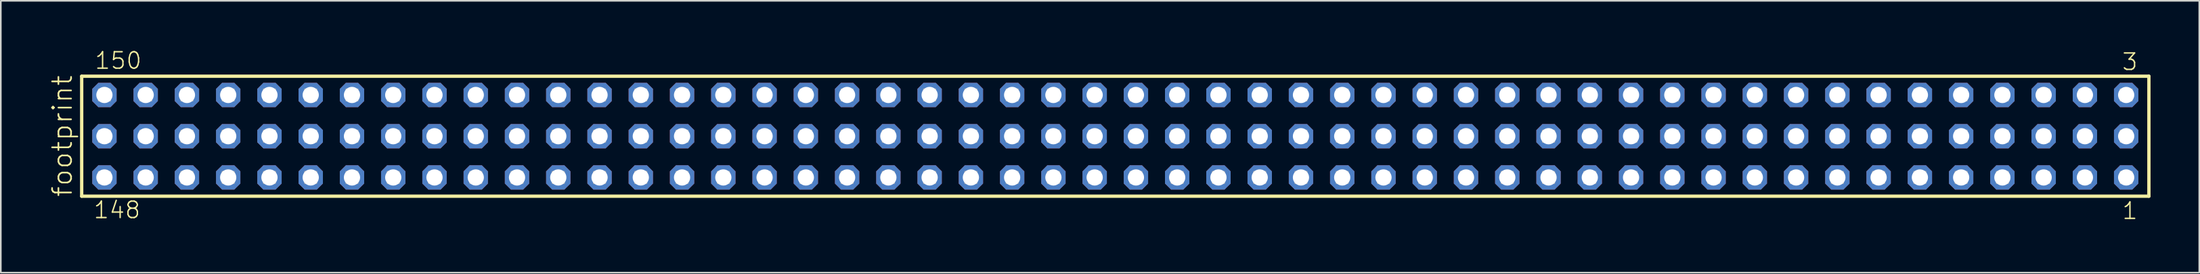
<source format=kicad_pcb>
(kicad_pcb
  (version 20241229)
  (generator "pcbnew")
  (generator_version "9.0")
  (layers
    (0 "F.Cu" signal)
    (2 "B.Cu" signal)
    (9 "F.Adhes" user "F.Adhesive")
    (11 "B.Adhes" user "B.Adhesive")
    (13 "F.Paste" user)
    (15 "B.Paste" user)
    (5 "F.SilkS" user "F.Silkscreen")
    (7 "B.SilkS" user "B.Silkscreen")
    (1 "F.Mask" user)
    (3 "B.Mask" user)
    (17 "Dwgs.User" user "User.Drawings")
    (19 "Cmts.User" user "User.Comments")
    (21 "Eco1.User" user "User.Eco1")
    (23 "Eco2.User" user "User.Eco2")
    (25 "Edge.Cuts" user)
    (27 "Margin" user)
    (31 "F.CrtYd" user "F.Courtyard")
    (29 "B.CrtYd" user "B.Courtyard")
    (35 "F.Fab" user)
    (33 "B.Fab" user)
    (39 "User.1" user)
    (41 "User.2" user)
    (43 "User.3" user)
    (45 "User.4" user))
  (footprint "footprint"
    (layer "F.Cu")
    (at 65.608 5.34)
    (property "Reference" "footprint" (at -64.135 3.81 90) (layer "F.SilkS") (effects (font (size 1.168 1.168) (thickness 0.102)) (justify left bottom)))
    (fp_line (start -63.629 -3.695) (end 63.629 -3.695) (stroke (width 0.203) (type solid)) (layer "F.SilkS"))
    (fp_line (start -63.629 3.695) (end -63.629 -3.695) (stroke (width 0.203) (type solid)) (layer "F.SilkS"))
    (fp_line (start 63.629 -3.695) (end 63.629 3.695) (stroke (width 0.203) (type solid)) (layer "F.SilkS"))
    (fp_line (start 63.629 3.695) (end -63.629 3.695) (stroke (width 0.203) (type solid)) (layer "F.SilkS"))
    (fp_poly (pts (xy -62.58 -2.19) (xy -61.88 -2.19) (xy -61.88 -2.89) (xy -62.58 -2.89)) (stroke (width 0.1) (type solid)) (fill no) (layer "F.Fab"))
    (fp_poly (pts (xy -62.58 0.35) (xy -61.88 0.35) (xy -61.88 -0.35) (xy -62.58 -0.35)) (stroke (width 0.1) (type solid)) (fill no) (layer "F.Fab"))
    (fp_poly (pts (xy -62.58 2.89) (xy -61.88 2.89) (xy -61.88 2.19) (xy -62.58 2.19)) (stroke (width 0.1) (type solid)) (fill no) (layer "F.Fab"))
    (fp_poly (pts (xy -60.04 -2.19) (xy -59.34 -2.19) (xy -59.34 -2.89) (xy -60.04 -2.89)) (stroke (width 0.1) (type solid)) (fill no) (layer "F.Fab"))
    (fp_poly (pts (xy -60.04 0.35) (xy -59.34 0.35) (xy -59.34 -0.35) (xy -60.04 -0.35)) (stroke (width 0.1) (type solid)) (fill no) (layer "F.Fab"))
    (fp_poly (pts (xy -60.04 2.89) (xy -59.34 2.89) (xy -59.34 2.19) (xy -60.04 2.19)) (stroke (width 0.1) (type solid)) (fill no) (layer "F.Fab"))
    (fp_poly (pts (xy -57.5 -2.19) (xy -56.8 -2.19) (xy -56.8 -2.89) (xy -57.5 -2.89)) (stroke (width 0.1) (type solid)) (fill no) (layer "F.Fab"))
    (fp_poly (pts (xy -57.5 0.35) (xy -56.8 0.35) (xy -56.8 -0.35) (xy -57.5 -0.35)) (stroke (width 0.1) (type solid)) (fill no) (layer "F.Fab"))
    (fp_poly (pts (xy -57.5 2.89) (xy -56.8 2.89) (xy -56.8 2.19) (xy -57.5 2.19)) (stroke (width 0.1) (type solid)) (fill no) (layer "F.Fab"))
    (fp_poly (pts (xy -54.96 -2.19) (xy -54.26 -2.19) (xy -54.26 -2.89) (xy -54.96 -2.89)) (stroke (width 0.1) (type solid)) (fill no) (layer "F.Fab"))
    (fp_poly (pts (xy -54.96 0.35) (xy -54.26 0.35) (xy -54.26 -0.35) (xy -54.96 -0.35)) (stroke (width 0.1) (type solid)) (fill no) (layer "F.Fab"))
    (fp_poly (pts (xy -54.96 2.89) (xy -54.26 2.89) (xy -54.26 2.19) (xy -54.96 2.19)) (stroke (width 0.1) (type solid)) (fill no) (layer "F.Fab"))
    (fp_poly (pts (xy -52.42 -2.19) (xy -51.72 -2.19) (xy -51.72 -2.89) (xy -52.42 -2.89)) (stroke (width 0.1) (type solid)) (fill no) (layer "F.Fab"))
    (fp_poly (pts (xy -52.42 0.35) (xy -51.72 0.35) (xy -51.72 -0.35) (xy -52.42 -0.35)) (stroke (width 0.1) (type solid)) (fill no) (layer "F.Fab"))
    (fp_poly (pts (xy -52.42 2.89) (xy -51.72 2.89) (xy -51.72 2.19) (xy -52.42 2.19)) (stroke (width 0.1) (type solid)) (fill no) (layer "F.Fab"))
    (fp_poly (pts (xy -49.88 -2.19) (xy -49.18 -2.19) (xy -49.18 -2.89) (xy -49.88 -2.89)) (stroke (width 0.1) (type solid)) (fill no) (layer "F.Fab"))
    (fp_poly (pts (xy -49.88 0.35) (xy -49.18 0.35) (xy -49.18 -0.35) (xy -49.88 -0.35)) (stroke (width 0.1) (type solid)) (fill no) (layer "F.Fab"))
    (fp_poly (pts (xy -49.88 2.89) (xy -49.18 2.89) (xy -49.18 2.19) (xy -49.88 2.19)) (stroke (width 0.1) (type solid)) (fill no) (layer "F.Fab"))
    (fp_poly (pts (xy -47.34 -2.19) (xy -46.64 -2.19) (xy -46.64 -2.89) (xy -47.34 -2.89)) (stroke (width 0.1) (type solid)) (fill no) (layer "F.Fab"))
    (fp_poly (pts (xy -47.34 0.35) (xy -46.64 0.35) (xy -46.64 -0.35) (xy -47.34 -0.35)) (stroke (width 0.1) (type solid)) (fill no) (layer "F.Fab"))
    (fp_poly (pts (xy -47.34 2.89) (xy -46.64 2.89) (xy -46.64 2.19) (xy -47.34 2.19)) (stroke (width 0.1) (type solid)) (fill no) (layer "F.Fab"))
    (fp_poly (pts (xy -44.8 -2.19) (xy -44.1 -2.19) (xy -44.1 -2.89) (xy -44.8 -2.89)) (stroke (width 0.1) (type solid)) (fill no) (layer "F.Fab"))
    (fp_poly (pts (xy -44.8 0.35) (xy -44.1 0.35) (xy -44.1 -0.35) (xy -44.8 -0.35)) (stroke (width 0.1) (type solid)) (fill no) (layer "F.Fab"))
    (fp_poly (pts (xy -44.8 2.89) (xy -44.1 2.89) (xy -44.1 2.19) (xy -44.8 2.19)) (stroke (width 0.1) (type solid)) (fill no) (layer "F.Fab"))
    (fp_poly (pts (xy -42.26 -2.19) (xy -41.56 -2.19) (xy -41.56 -2.89) (xy -42.26 -2.89)) (stroke (width 0.1) (type solid)) (fill no) (layer "F.Fab"))
    (fp_poly (pts (xy -42.26 0.35) (xy -41.56 0.35) (xy -41.56 -0.35) (xy -42.26 -0.35)) (stroke (width 0.1) (type solid)) (fill no) (layer "F.Fab"))
    (fp_poly (pts (xy -42.26 2.89) (xy -41.56 2.89) (xy -41.56 2.19) (xy -42.26 2.19)) (stroke (width 0.1) (type solid)) (fill no) (layer "F.Fab"))
    (fp_poly (pts (xy -39.72 -2.19) (xy -39.02 -2.19) (xy -39.02 -2.89) (xy -39.72 -2.89)) (stroke (width 0.1) (type solid)) (fill no) (layer "F.Fab"))
    (fp_poly (pts (xy -39.72 0.35) (xy -39.02 0.35) (xy -39.02 -0.35) (xy -39.72 -0.35)) (stroke (width 0.1) (type solid)) (fill no) (layer "F.Fab"))
    (fp_poly (pts (xy -39.72 2.89) (xy -39.02 2.89) (xy -39.02 2.19) (xy -39.72 2.19)) (stroke (width 0.1) (type solid)) (fill no) (layer "F.Fab"))
    (fp_poly (pts (xy -37.18 -2.19) (xy -36.48 -2.19) (xy -36.48 -2.89) (xy -37.18 -2.89)) (stroke (width 0.1) (type solid)) (fill no) (layer "F.Fab"))
    (fp_poly (pts (xy -37.18 0.35) (xy -36.48 0.35) (xy -36.48 -0.35) (xy -37.18 -0.35)) (stroke (width 0.1) (type solid)) (fill no) (layer "F.Fab"))
    (fp_poly (pts (xy -37.18 2.89) (xy -36.48 2.89) (xy -36.48 2.19) (xy -37.18 2.19)) (stroke (width 0.1) (type solid)) (fill no) (layer "F.Fab"))
    (fp_poly (pts (xy -34.64 -2.19) (xy -33.94 -2.19) (xy -33.94 -2.89) (xy -34.64 -2.89)) (stroke (width 0.1) (type solid)) (fill no) (layer "F.Fab"))
    (fp_poly (pts (xy -34.64 0.35) (xy -33.94 0.35) (xy -33.94 -0.35) (xy -34.64 -0.35)) (stroke (width 0.1) (type solid)) (fill no) (layer "F.Fab"))
    (fp_poly (pts (xy -34.64 2.89) (xy -33.94 2.89) (xy -33.94 2.19) (xy -34.64 2.19)) (stroke (width 0.1) (type solid)) (fill no) (layer "F.Fab"))
    (fp_poly (pts (xy -32.1 -2.19) (xy -31.4 -2.19) (xy -31.4 -2.89) (xy -32.1 -2.89)) (stroke (width 0.1) (type solid)) (fill no) (layer "F.Fab"))
    (fp_poly (pts (xy -32.1 0.35) (xy -31.4 0.35) (xy -31.4 -0.35) (xy -32.1 -0.35)) (stroke (width 0.1) (type solid)) (fill no) (layer "F.Fab"))
    (fp_poly (pts (xy -32.1 2.89) (xy -31.4 2.89) (xy -31.4 2.19) (xy -32.1 2.19)) (stroke (width 0.1) (type solid)) (fill no) (layer "F.Fab"))
    (fp_poly (pts (xy -29.56 -2.19) (xy -28.86 -2.19) (xy -28.86 -2.89) (xy -29.56 -2.89)) (stroke (width 0.1) (type solid)) (fill no) (layer "F.Fab"))
    (fp_poly (pts (xy -29.56 0.35) (xy -28.86 0.35) (xy -28.86 -0.35) (xy -29.56 -0.35)) (stroke (width 0.1) (type solid)) (fill no) (layer "F.Fab"))
    (fp_poly (pts (xy -29.56 2.89) (xy -28.86 2.89) (xy -28.86 2.19) (xy -29.56 2.19)) (stroke (width 0.1) (type solid)) (fill no) (layer "F.Fab"))
    (fp_poly (pts (xy -27.02 -2.19) (xy -26.32 -2.19) (xy -26.32 -2.89) (xy -27.02 -2.89)) (stroke (width 0.1) (type solid)) (fill no) (layer "F.Fab"))
    (fp_poly (pts (xy -27.02 0.35) (xy -26.32 0.35) (xy -26.32 -0.35) (xy -27.02 -0.35)) (stroke (width 0.1) (type solid)) (fill no) (layer "F.Fab"))
    (fp_poly (pts (xy -27.02 2.89) (xy -26.32 2.89) (xy -26.32 2.19) (xy -27.02 2.19)) (stroke (width 0.1) (type solid)) (fill no) (layer "F.Fab"))
    (fp_poly (pts (xy -24.48 -2.19) (xy -23.78 -2.19) (xy -23.78 -2.89) (xy -24.48 -2.89)) (stroke (width 0.1) (type solid)) (fill no) (layer "F.Fab"))
    (fp_poly (pts (xy -24.48 0.35) (xy -23.78 0.35) (xy -23.78 -0.35) (xy -24.48 -0.35)) (stroke (width 0.1) (type solid)) (fill no) (layer "F.Fab"))
    (fp_poly (pts (xy -24.48 2.89) (xy -23.78 2.89) (xy -23.78 2.19) (xy -24.48 2.19)) (stroke (width 0.1) (type solid)) (fill no) (layer "F.Fab"))
    (fp_poly (pts (xy -21.94 -2.19) (xy -21.24 -2.19) (xy -21.24 -2.89) (xy -21.94 -2.89)) (stroke (width 0.1) (type solid)) (fill no) (layer "F.Fab"))
    (fp_poly (pts (xy -21.94 0.35) (xy -21.24 0.35) (xy -21.24 -0.35) (xy -21.94 -0.35)) (stroke (width 0.1) (type solid)) (fill no) (layer "F.Fab"))
    (fp_poly (pts (xy -21.94 2.89) (xy -21.24 2.89) (xy -21.24 2.19) (xy -21.94 2.19)) (stroke (width 0.1) (type solid)) (fill no) (layer "F.Fab"))
    (fp_poly (pts (xy -19.4 -2.19) (xy -18.7 -2.19) (xy -18.7 -2.89) (xy -19.4 -2.89)) (stroke (width 0.1) (type solid)) (fill no) (layer "F.Fab"))
    (fp_poly (pts (xy -19.4 0.35) (xy -18.7 0.35) (xy -18.7 -0.35) (xy -19.4 -0.35)) (stroke (width 0.1) (type solid)) (fill no) (layer "F.Fab"))
    (fp_poly (pts (xy -19.4 2.89) (xy -18.7 2.89) (xy -18.7 2.19) (xy -19.4 2.19)) (stroke (width 0.1) (type solid)) (fill no) (layer "F.Fab"))
    (fp_poly (pts (xy -16.86 -2.19) (xy -16.16 -2.19) (xy -16.16 -2.89) (xy -16.86 -2.89)) (stroke (width 0.1) (type solid)) (fill no) (layer "F.Fab"))
    (fp_poly (pts (xy -16.86 0.35) (xy -16.16 0.35) (xy -16.16 -0.35) (xy -16.86 -0.35)) (stroke (width 0.1) (type solid)) (fill no) (layer "F.Fab"))
    (fp_poly (pts (xy -16.86 2.89) (xy -16.16 2.89) (xy -16.16 2.19) (xy -16.86 2.19)) (stroke (width 0.1) (type solid)) (fill no) (layer "F.Fab"))
    (fp_poly (pts (xy -14.32 -2.19) (xy -13.62 -2.19) (xy -13.62 -2.89) (xy -14.32 -2.89)) (stroke (width 0.1) (type solid)) (fill no) (layer "F.Fab"))
    (fp_poly (pts (xy -14.32 0.35) (xy -13.62 0.35) (xy -13.62 -0.35) (xy -14.32 -0.35)) (stroke (width 0.1) (type solid)) (fill no) (layer "F.Fab"))
    (fp_poly (pts (xy -14.32 2.89) (xy -13.62 2.89) (xy -13.62 2.19) (xy -14.32 2.19)) (stroke (width 0.1) (type solid)) (fill no) (layer "F.Fab"))
    (fp_poly (pts (xy -11.78 -2.19) (xy -11.08 -2.19) (xy -11.08 -2.89) (xy -11.78 -2.89)) (stroke (width 0.1) (type solid)) (fill no) (layer "F.Fab"))
    (fp_poly (pts (xy -11.78 0.35) (xy -11.08 0.35) (xy -11.08 -0.35) (xy -11.78 -0.35)) (stroke (width 0.1) (type solid)) (fill no) (layer "F.Fab"))
    (fp_poly (pts (xy -11.78 2.89) (xy -11.08 2.89) (xy -11.08 2.19) (xy -11.78 2.19)) (stroke (width 0.1) (type solid)) (fill no) (layer "F.Fab"))
    (fp_poly (pts (xy -9.24 -2.19) (xy -8.54 -2.19) (xy -8.54 -2.89) (xy -9.24 -2.89)) (stroke (width 0.1) (type solid)) (fill no) (layer "F.Fab"))
    (fp_poly (pts (xy -9.24 0.35) (xy -8.54 0.35) (xy -8.54 -0.35) (xy -9.24 -0.35)) (stroke (width 0.1) (type solid)) (fill no) (layer "F.Fab"))
    (fp_poly (pts (xy -9.24 2.89) (xy -8.54 2.89) (xy -8.54 2.19) (xy -9.24 2.19)) (stroke (width 0.1) (type solid)) (fill no) (layer "F.Fab"))
    (fp_poly (pts (xy -6.7 -2.19) (xy -6 -2.19) (xy -6 -2.89) (xy -6.7 -2.89)) (stroke (width 0.1) (type solid)) (fill no) (layer "F.Fab"))
    (fp_poly (pts (xy -6.7 0.35) (xy -6 0.35) (xy -6 -0.35) (xy -6.7 -0.35)) (stroke (width 0.1) (type solid)) (fill no) (layer "F.Fab"))
    (fp_poly (pts (xy -6.7 2.89) (xy -6 2.89) (xy -6 2.19) (xy -6.7 2.19)) (stroke (width 0.1) (type solid)) (fill no) (layer "F.Fab"))
    (fp_poly (pts (xy -4.16 -2.19) (xy -3.46 -2.19) (xy -3.46 -2.89) (xy -4.16 -2.89)) (stroke (width 0.1) (type solid)) (fill no) (layer "F.Fab"))
    (fp_poly (pts (xy -4.16 0.35) (xy -3.46 0.35) (xy -3.46 -0.35) (xy -4.16 -0.35)) (stroke (width 0.1) (type solid)) (fill no) (layer "F.Fab"))
    (fp_poly (pts (xy -4.16 2.89) (xy -3.46 2.89) (xy -3.46 2.19) (xy -4.16 2.19)) (stroke (width 0.1) (type solid)) (fill no) (layer "F.Fab"))
    (fp_poly (pts (xy -1.62 -2.19) (xy -0.92 -2.19) (xy -0.92 -2.89) (xy -1.62 -2.89)) (stroke (width 0.1) (type solid)) (fill no) (layer "F.Fab"))
    (fp_poly (pts (xy -1.62 0.35) (xy -0.92 0.35) (xy -0.92 -0.35) (xy -1.62 -0.35)) (stroke (width 0.1) (type solid)) (fill no) (layer "F.Fab"))
    (fp_poly (pts (xy -1.62 2.89) (xy -0.92 2.89) (xy -0.92 2.19) (xy -1.62 2.19)) (stroke (width 0.1) (type solid)) (fill no) (layer "F.Fab"))
    (fp_poly (pts (xy 0.92 -2.19) (xy 1.62 -2.19) (xy 1.62 -2.89) (xy 0.92 -2.89)) (stroke (width 0.1) (type solid)) (fill no) (layer "F.Fab"))
    (fp_poly (pts (xy 0.92 0.35) (xy 1.62 0.35) (xy 1.62 -0.35) (xy 0.92 -0.35)) (stroke (width 0.1) (type solid)) (fill no) (layer "F.Fab"))
    (fp_poly (pts (xy 0.92 2.89) (xy 1.62 2.89) (xy 1.62 2.19) (xy 0.92 2.19)) (stroke (width 0.1) (type solid)) (fill no) (layer "F.Fab"))
    (fp_poly (pts (xy 3.46 -2.19) (xy 4.16 -2.19) (xy 4.16 -2.89) (xy 3.46 -2.89)) (stroke (width 0.1) (type solid)) (fill no) (layer "F.Fab"))
    (fp_poly (pts (xy 3.46 0.35) (xy 4.16 0.35) (xy 4.16 -0.35) (xy 3.46 -0.35)) (stroke (width 0.1) (type solid)) (fill no) (layer "F.Fab"))
    (fp_poly (pts (xy 3.46 2.89) (xy 4.16 2.89) (xy 4.16 2.19) (xy 3.46 2.19)) (stroke (width 0.1) (type solid)) (fill no) (layer "F.Fab"))
    (fp_poly (pts (xy 6 -2.19) (xy 6.7 -2.19) (xy 6.7 -2.89) (xy 6 -2.89)) (stroke (width 0.1) (type solid)) (fill no) (layer "F.Fab"))
    (fp_poly (pts (xy 6 0.35) (xy 6.7 0.35) (xy 6.7 -0.35) (xy 6 -0.35)) (stroke (width 0.1) (type solid)) (fill no) (layer "F.Fab"))
    (fp_poly (pts (xy 6 2.89) (xy 6.7 2.89) (xy 6.7 2.19) (xy 6 2.19)) (stroke (width 0.1) (type solid)) (fill no) (layer "F.Fab"))
    (fp_poly (pts (xy 8.54 -2.19) (xy 9.24 -2.19) (xy 9.24 -2.89) (xy 8.54 -2.89)) (stroke (width 0.1) (type solid)) (fill no) (layer "F.Fab"))
    (fp_poly (pts (xy 8.54 0.35) (xy 9.24 0.35) (xy 9.24 -0.35) (xy 8.54 -0.35)) (stroke (width 0.1) (type solid)) (fill no) (layer "F.Fab"))
    (fp_poly (pts (xy 8.54 2.89) (xy 9.24 2.89) (xy 9.24 2.19) (xy 8.54 2.19)) (stroke (width 0.1) (type solid)) (fill no) (layer "F.Fab"))
    (fp_poly (pts (xy 11.08 -2.19) (xy 11.78 -2.19) (xy 11.78 -2.89) (xy 11.08 -2.89)) (stroke (width 0.1) (type solid)) (fill no) (layer "F.Fab"))
    (fp_poly (pts (xy 11.08 0.35) (xy 11.78 0.35) (xy 11.78 -0.35) (xy 11.08 -0.35)) (stroke (width 0.1) (type solid)) (fill no) (layer "F.Fab"))
    (fp_poly (pts (xy 11.08 2.89) (xy 11.78 2.89) (xy 11.78 2.19) (xy 11.08 2.19)) (stroke (width 0.1) (type solid)) (fill no) (layer "F.Fab"))
    (fp_poly (pts (xy 13.62 -2.19) (xy 14.32 -2.19) (xy 14.32 -2.89) (xy 13.62 -2.89)) (stroke (width 0.1) (type solid)) (fill no) (layer "F.Fab"))
    (fp_poly (pts (xy 13.62 0.35) (xy 14.32 0.35) (xy 14.32 -0.35) (xy 13.62 -0.35)) (stroke (width 0.1) (type solid)) (fill no) (layer "F.Fab"))
    (fp_poly (pts (xy 13.62 2.89) (xy 14.32 2.89) (xy 14.32 2.19) (xy 13.62 2.19)) (stroke (width 0.1) (type solid)) (fill no) (layer "F.Fab"))
    (fp_poly (pts (xy 16.16 -2.19) (xy 16.86 -2.19) (xy 16.86 -2.89) (xy 16.16 -2.89)) (stroke (width 0.1) (type solid)) (fill no) (layer "F.Fab"))
    (fp_poly (pts (xy 16.16 0.35) (xy 16.86 0.35) (xy 16.86 -0.35) (xy 16.16 -0.35)) (stroke (width 0.1) (type solid)) (fill no) (layer "F.Fab"))
    (fp_poly (pts (xy 16.16 2.89) (xy 16.86 2.89) (xy 16.86 2.19) (xy 16.16 2.19)) (stroke (width 0.1) (type solid)) (fill no) (layer "F.Fab"))
    (fp_poly (pts (xy 18.7 -2.19) (xy 19.4 -2.19) (xy 19.4 -2.89) (xy 18.7 -2.89)) (stroke (width 0.1) (type solid)) (fill no) (layer "F.Fab"))
    (fp_poly (pts (xy 18.7 0.35) (xy 19.4 0.35) (xy 19.4 -0.35) (xy 18.7 -0.35)) (stroke (width 0.1) (type solid)) (fill no) (layer "F.Fab"))
    (fp_poly (pts (xy 18.7 2.89) (xy 19.4 2.89) (xy 19.4 2.19) (xy 18.7 2.19)) (stroke (width 0.1) (type solid)) (fill no) (layer "F.Fab"))
    (fp_poly (pts (xy 21.24 -2.19) (xy 21.94 -2.19) (xy 21.94 -2.89) (xy 21.24 -2.89)) (stroke (width 0.1) (type solid)) (fill no) (layer "F.Fab"))
    (fp_poly (pts (xy 21.24 0.35) (xy 21.94 0.35) (xy 21.94 -0.35) (xy 21.24 -0.35)) (stroke (width 0.1) (type solid)) (fill no) (layer "F.Fab"))
    (fp_poly (pts (xy 21.24 2.89) (xy 21.94 2.89) (xy 21.94 2.19) (xy 21.24 2.19)) (stroke (width 0.1) (type solid)) (fill no) (layer "F.Fab"))
    (fp_poly (pts (xy 23.78 -2.19) (xy 24.48 -2.19) (xy 24.48 -2.89) (xy 23.78 -2.89)) (stroke (width 0.1) (type solid)) (fill no) (layer "F.Fab"))
    (fp_poly (pts (xy 23.78 0.35) (xy 24.48 0.35) (xy 24.48 -0.35) (xy 23.78 -0.35)) (stroke (width 0.1) (type solid)) (fill no) (layer "F.Fab"))
    (fp_poly (pts (xy 23.78 2.89) (xy 24.48 2.89) (xy 24.48 2.19) (xy 23.78 2.19)) (stroke (width 0.1) (type solid)) (fill no) (layer "F.Fab"))
    (fp_poly (pts (xy 26.32 -2.19) (xy 27.02 -2.19) (xy 27.02 -2.89) (xy 26.32 -2.89)) (stroke (width 0.1) (type solid)) (fill no) (layer "F.Fab"))
    (fp_poly (pts (xy 26.32 0.35) (xy 27.02 0.35) (xy 27.02 -0.35) (xy 26.32 -0.35)) (stroke (width 0.1) (type solid)) (fill no) (layer "F.Fab"))
    (fp_poly (pts (xy 26.32 2.89) (xy 27.02 2.89) (xy 27.02 2.19) (xy 26.32 2.19)) (stroke (width 0.1) (type solid)) (fill no) (layer "F.Fab"))
    (fp_poly (pts (xy 28.86 -2.19) (xy 29.56 -2.19) (xy 29.56 -2.89) (xy 28.86 -2.89)) (stroke (width 0.1) (type solid)) (fill no) (layer "F.Fab"))
    (fp_poly (pts (xy 28.86 0.35) (xy 29.56 0.35) (xy 29.56 -0.35) (xy 28.86 -0.35)) (stroke (width 0.1) (type solid)) (fill no) (layer "F.Fab"))
    (fp_poly (pts (xy 28.86 2.89) (xy 29.56 2.89) (xy 29.56 2.19) (xy 28.86 2.19)) (stroke (width 0.1) (type solid)) (fill no) (layer "F.Fab"))
    (fp_poly (pts (xy 31.4 -2.19) (xy 32.1 -2.19) (xy 32.1 -2.89) (xy 31.4 -2.89)) (stroke (width 0.1) (type solid)) (fill no) (layer "F.Fab"))
    (fp_poly (pts (xy 31.4 0.35) (xy 32.1 0.35) (xy 32.1 -0.35) (xy 31.4 -0.35)) (stroke (width 0.1) (type solid)) (fill no) (layer "F.Fab"))
    (fp_poly (pts (xy 31.4 2.89) (xy 32.1 2.89) (xy 32.1 2.19) (xy 31.4 2.19)) (stroke (width 0.1) (type solid)) (fill no) (layer "F.Fab"))
    (fp_poly (pts (xy 33.94 -2.19) (xy 34.64 -2.19) (xy 34.64 -2.89) (xy 33.94 -2.89)) (stroke (width 0.1) (type solid)) (fill no) (layer "F.Fab"))
    (fp_poly (pts (xy 33.94 0.35) (xy 34.64 0.35) (xy 34.64 -0.35) (xy 33.94 -0.35)) (stroke (width 0.1) (type solid)) (fill no) (layer "F.Fab"))
    (fp_poly (pts (xy 33.94 2.89) (xy 34.64 2.89) (xy 34.64 2.19) (xy 33.94 2.19)) (stroke (width 0.1) (type solid)) (fill no) (layer "F.Fab"))
    (fp_poly (pts (xy 36.48 -2.19) (xy 37.18 -2.19) (xy 37.18 -2.89) (xy 36.48 -2.89)) (stroke (width 0.1) (type solid)) (fill no) (layer "F.Fab"))
    (fp_poly (pts (xy 36.48 0.35) (xy 37.18 0.35) (xy 37.18 -0.35) (xy 36.48 -0.35)) (stroke (width 0.1) (type solid)) (fill no) (layer "F.Fab"))
    (fp_poly (pts (xy 36.48 2.89) (xy 37.18 2.89) (xy 37.18 2.19) (xy 36.48 2.19)) (stroke (width 0.1) (type solid)) (fill no) (layer "F.Fab"))
    (fp_poly (pts (xy 39.02 -2.19) (xy 39.72 -2.19) (xy 39.72 -2.89) (xy 39.02 -2.89)) (stroke (width 0.1) (type solid)) (fill no) (layer "F.Fab"))
    (fp_poly (pts (xy 39.02 0.35) (xy 39.72 0.35) (xy 39.72 -0.35) (xy 39.02 -0.35)) (stroke (width 0.1) (type solid)) (fill no) (layer "F.Fab"))
    (fp_poly (pts (xy 39.02 2.89) (xy 39.72 2.89) (xy 39.72 2.19) (xy 39.02 2.19)) (stroke (width 0.1) (type solid)) (fill no) (layer "F.Fab"))
    (fp_poly (pts (xy 41.56 -2.19) (xy 42.26 -2.19) (xy 42.26 -2.89) (xy 41.56 -2.89)) (stroke (width 0.1) (type solid)) (fill no) (layer "F.Fab"))
    (fp_poly (pts (xy 41.56 0.35) (xy 42.26 0.35) (xy 42.26 -0.35) (xy 41.56 -0.35)) (stroke (width 0.1) (type solid)) (fill no) (layer "F.Fab"))
    (fp_poly (pts (xy 41.56 2.89) (xy 42.26 2.89) (xy 42.26 2.19) (xy 41.56 2.19)) (stroke (width 0.1) (type solid)) (fill no) (layer "F.Fab"))
    (fp_poly (pts (xy 44.1 -2.19) (xy 44.8 -2.19) (xy 44.8 -2.89) (xy 44.1 -2.89)) (stroke (width 0.1) (type solid)) (fill no) (layer "F.Fab"))
    (fp_poly (pts (xy 44.1 0.35) (xy 44.8 0.35) (xy 44.8 -0.35) (xy 44.1 -0.35)) (stroke (width 0.1) (type solid)) (fill no) (layer "F.Fab"))
    (fp_poly (pts (xy 44.1 2.89) (xy 44.8 2.89) (xy 44.8 2.19) (xy 44.1 2.19)) (stroke (width 0.1) (type solid)) (fill no) (layer "F.Fab"))
    (fp_poly (pts (xy 46.64 -2.19) (xy 47.34 -2.19) (xy 47.34 -2.89) (xy 46.64 -2.89)) (stroke (width 0.1) (type solid)) (fill no) (layer "F.Fab"))
    (fp_poly (pts (xy 46.64 0.35) (xy 47.34 0.35) (xy 47.34 -0.35) (xy 46.64 -0.35)) (stroke (width 0.1) (type solid)) (fill no) (layer "F.Fab"))
    (fp_poly (pts (xy 46.64 2.89) (xy 47.34 2.89) (xy 47.34 2.19) (xy 46.64 2.19)) (stroke (width 0.1) (type solid)) (fill no) (layer "F.Fab"))
    (fp_poly (pts (xy 49.18 -2.19) (xy 49.88 -2.19) (xy 49.88 -2.89) (xy 49.18 -2.89)) (stroke (width 0.1) (type solid)) (fill no) (layer "F.Fab"))
    (fp_poly (pts (xy 49.18 0.35) (xy 49.88 0.35) (xy 49.88 -0.35) (xy 49.18 -0.35)) (stroke (width 0.1) (type solid)) (fill no) (layer "F.Fab"))
    (fp_poly (pts (xy 49.18 2.89) (xy 49.88 2.89) (xy 49.88 2.19) (xy 49.18 2.19)) (stroke (width 0.1) (type solid)) (fill no) (layer "F.Fab"))
    (fp_poly (pts (xy 51.72 -2.19) (xy 52.42 -2.19) (xy 52.42 -2.89) (xy 51.72 -2.89)) (stroke (width 0.1) (type solid)) (fill no) (layer "F.Fab"))
    (fp_poly (pts (xy 51.72 0.35) (xy 52.42 0.35) (xy 52.42 -0.35) (xy 51.72 -0.35)) (stroke (width 0.1) (type solid)) (fill no) (layer "F.Fab"))
    (fp_poly (pts (xy 51.72 2.89) (xy 52.42 2.89) (xy 52.42 2.19) (xy 51.72 2.19)) (stroke (width 0.1) (type solid)) (fill no) (layer "F.Fab"))
    (fp_poly (pts (xy 54.26 -2.19) (xy 54.96 -2.19) (xy 54.96 -2.89) (xy 54.26 -2.89)) (stroke (width 0.1) (type solid)) (fill no) (layer "F.Fab"))
    (fp_poly (pts (xy 54.26 0.35) (xy 54.96 0.35) (xy 54.96 -0.35) (xy 54.26 -0.35)) (stroke (width 0.1) (type solid)) (fill no) (layer "F.Fab"))
    (fp_poly (pts (xy 54.26 2.89) (xy 54.96 2.89) (xy 54.96 2.19) (xy 54.26 2.19)) (stroke (width 0.1) (type solid)) (fill no) (layer "F.Fab"))
    (fp_poly (pts (xy 56.8 -2.19) (xy 57.5 -2.19) (xy 57.5 -2.89) (xy 56.8 -2.89)) (stroke (width 0.1) (type solid)) (fill no) (layer "F.Fab"))
    (fp_poly (pts (xy 56.8 0.35) (xy 57.5 0.35) (xy 57.5 -0.35) (xy 56.8 -0.35)) (stroke (width 0.1) (type solid)) (fill no) (layer "F.Fab"))
    (fp_poly (pts (xy 56.8 2.89) (xy 57.5 2.89) (xy 57.5 2.19) (xy 56.8 2.19)) (stroke (width 0.1) (type solid)) (fill no) (layer "F.Fab"))
    (fp_poly (pts (xy 59.34 -2.19) (xy 60.04 -2.19) (xy 60.04 -2.89) (xy 59.34 -2.89)) (stroke (width 0.1) (type solid)) (fill no) (layer "F.Fab"))
    (fp_poly (pts (xy 59.34 0.35) (xy 60.04 0.35) (xy 60.04 -0.35) (xy 59.34 -0.35)) (stroke (width 0.1) (type solid)) (fill no) (layer "F.Fab"))
    (fp_poly (pts (xy 59.34 2.89) (xy 60.04 2.89) (xy 60.04 2.19) (xy 59.34 2.19)) (stroke (width 0.1) (type solid)) (fill no) (layer "F.Fab"))
    (fp_poly (pts (xy 61.88 -2.19) (xy 62.58 -2.19) (xy 62.58 -2.89) (xy 61.88 -2.89)) (stroke (width 0.1) (type solid)) (fill no) (layer "F.Fab"))
    (fp_poly (pts (xy 61.88 0.35) (xy 62.58 0.35) (xy 62.58 -0.35) (xy 61.88 -0.35)) (stroke (width 0.1) (type solid)) (fill no) (layer "F.Fab"))
    (fp_poly (pts (xy 61.88 2.89) (xy 62.58 2.89) (xy 62.58 2.19) (xy 61.88 2.19)) (stroke (width 0.1) (type solid)) (fill no) (layer "F.Fab"))
    (fp_text user "3" (at 61.918 -3.989 0) (layer "F.SilkS") (effects (font (size 1.012 1.012) (thickness 0.088)) (justify left bottom)))
    (fp_text user "150" (at -62.883 -4.064 0) (layer "F.SilkS") (effects (font (size 1.012 1.012) (thickness 0.088)) (justify left bottom)))
    (fp_text user "148" (at -62.958 5.138 0) (layer "F.SilkS") (effects (font (size 1.012 1.012) (thickness 0.088)) (justify left bottom)))
    (fp_text user "1" (at 61.922 5.188 0) (layer "F.SilkS") (effects (font (size 1.012 1.012) (thickness 0.088)) (justify left bottom)))
    (pad "1" thru_hole roundrect (at 62.23 2.54 180) (size 1.5 1.5) (drill 1) (layers "*.Cu" "*.Mask") (roundrect_rratio 0.25) (chamfer_ratio 0.25) (chamfer top_left top_right bottom_left bottom_right))
    (pad "2" thru_hole roundrect (at 62.23 0 180) (size 1.5 1.5) (drill 1) (layers "*.Cu" "*.Mask") (roundrect_rratio 0.25) (chamfer_ratio 0.25) (chamfer top_left top_right bottom_left bottom_right))
    (pad "3" thru_hole roundrect (at 62.23 -2.54 180) (size 1.5 1.5) (drill 1) (layers "*.Cu" "*.Mask") (roundrect_rratio 0.25) (chamfer_ratio 0.25) (chamfer top_left top_right bottom_left bottom_right))
    (pad "4" thru_hole roundrect (at 59.69 2.54 180) (size 1.5 1.5) (drill 1) (layers "*.Cu" "*.Mask") (roundrect_rratio 0.25) (chamfer_ratio 0.25) (chamfer top_left top_right bottom_left bottom_right))
    (pad "5" thru_hole roundrect (at 59.69 0 180) (size 1.5 1.5) (drill 1) (layers "*.Cu" "*.Mask") (roundrect_rratio 0.25) (chamfer_ratio 0.25) (chamfer top_left top_right bottom_left bottom_right))
    (pad "6" thru_hole roundrect (at 59.69 -2.54 180) (size 1.5 1.5) (drill 1) (layers "*.Cu" "*.Mask") (roundrect_rratio 0.25) (chamfer_ratio 0.25) (chamfer top_left top_right bottom_left bottom_right))
    (pad "7" thru_hole roundrect (at 57.15 2.54 180) (size 1.5 1.5) (drill 1) (layers "*.Cu" "*.Mask") (roundrect_rratio 0.25) (chamfer_ratio 0.25) (chamfer top_left top_right bottom_left bottom_right))
    (pad "8" thru_hole roundrect (at 57.15 0 180) (size 1.5 1.5) (drill 1) (layers "*.Cu" "*.Mask") (roundrect_rratio 0.25) (chamfer_ratio 0.25) (chamfer top_left top_right bottom_left bottom_right))
    (pad "9" thru_hole roundrect (at 57.15 -2.54 180) (size 1.5 1.5) (drill 1) (layers "*.Cu" "*.Mask") (roundrect_rratio 0.25) (chamfer_ratio 0.25) (chamfer top_left top_right bottom_left bottom_right))
    (pad "10" thru_hole roundrect (at 54.61 2.54 180) (size 1.5 1.5) (drill 1) (layers "*.Cu" "*.Mask") (roundrect_rratio 0.25) (chamfer_ratio 0.25) (chamfer top_left top_right bottom_left bottom_right))
    (pad "11" thru_hole roundrect (at 54.61 0 180) (size 1.5 1.5) (drill 1) (layers "*.Cu" "*.Mask") (roundrect_rratio 0.25) (chamfer_ratio 0.25) (chamfer top_left top_right bottom_left bottom_right))
    (pad "12" thru_hole roundrect (at 54.61 -2.54 180) (size 1.5 1.5) (drill 1) (layers "*.Cu" "*.Mask") (roundrect_rratio 0.25) (chamfer_ratio 0.25) (chamfer top_left top_right bottom_left bottom_right))
    (pad "13" thru_hole roundrect (at 52.07 2.54 180) (size 1.5 1.5) (drill 1) (layers "*.Cu" "*.Mask") (roundrect_rratio 0.25) (chamfer_ratio 0.25) (chamfer top_left top_right bottom_left bottom_right))
    (pad "14" thru_hole roundrect (at 52.07 0 180) (size 1.5 1.5) (drill 1) (layers "*.Cu" "*.Mask") (roundrect_rratio 0.25) (chamfer_ratio 0.25) (chamfer top_left top_right bottom_left bottom_right))
    (pad "15" thru_hole roundrect (at 52.07 -2.54 180) (size 1.5 1.5) (drill 1) (layers "*.Cu" "*.Mask") (roundrect_rratio 0.25) (chamfer_ratio 0.25) (chamfer top_left top_right bottom_left bottom_right))
    (pad "16" thru_hole roundrect (at 49.53 2.54 180) (size 1.5 1.5) (drill 1) (layers "*.Cu" "*.Mask") (roundrect_rratio 0.25) (chamfer_ratio 0.25) (chamfer top_left top_right bottom_left bottom_right))
    (pad "17" thru_hole roundrect (at 49.53 0 180) (size 1.5 1.5) (drill 1) (layers "*.Cu" "*.Mask") (roundrect_rratio 0.25) (chamfer_ratio 0.25) (chamfer top_left top_right bottom_left bottom_right))
    (pad "18" thru_hole roundrect (at 49.53 -2.54 180) (size 1.5 1.5) (drill 1) (layers "*.Cu" "*.Mask") (roundrect_rratio 0.25) (chamfer_ratio 0.25) (chamfer top_left top_right bottom_left bottom_right))
    (pad "19" thru_hole roundrect (at 46.99 2.54 180) (size 1.5 1.5) (drill 1) (layers "*.Cu" "*.Mask") (roundrect_rratio 0.25) (chamfer_ratio 0.25) (chamfer top_left top_right bottom_left bottom_right))
    (pad "20" thru_hole roundrect (at 46.99 0 180) (size 1.5 1.5) (drill 1) (layers "*.Cu" "*.Mask") (roundrect_rratio 0.25) (chamfer_ratio 0.25) (chamfer top_left top_right bottom_left bottom_right))
    (pad "21" thru_hole roundrect (at 46.99 -2.54 180) (size 1.5 1.5) (drill 1) (layers "*.Cu" "*.Mask") (roundrect_rratio 0.25) (chamfer_ratio 0.25) (chamfer top_left top_right bottom_left bottom_right))
    (pad "22" thru_hole roundrect (at 44.45 2.54 180) (size 1.5 1.5) (drill 1) (layers "*.Cu" "*.Mask") (roundrect_rratio 0.25) (chamfer_ratio 0.25) (chamfer top_left top_right bottom_left bottom_right))
    (pad "23" thru_hole roundrect (at 44.45 0 180) (size 1.5 1.5) (drill 1) (layers "*.Cu" "*.Mask") (roundrect_rratio 0.25) (chamfer_ratio 0.25) (chamfer top_left top_right bottom_left bottom_right))
    (pad "24" thru_hole roundrect (at 44.45 -2.54 180) (size 1.5 1.5) (drill 1) (layers "*.Cu" "*.Mask") (roundrect_rratio 0.25) (chamfer_ratio 0.25) (chamfer top_left top_right bottom_left bottom_right))
    (pad "25" thru_hole roundrect (at 41.91 2.54 180) (size 1.5 1.5) (drill 1) (layers "*.Cu" "*.Mask") (roundrect_rratio 0.25) (chamfer_ratio 0.25) (chamfer top_left top_right bottom_left bottom_right))
    (pad "26" thru_hole roundrect (at 41.91 0 180) (size 1.5 1.5) (drill 1) (layers "*.Cu" "*.Mask") (roundrect_rratio 0.25) (chamfer_ratio 0.25) (chamfer top_left top_right bottom_left bottom_right))
    (pad "27" thru_hole roundrect (at 41.91 -2.54 180) (size 1.5 1.5) (drill 1) (layers "*.Cu" "*.Mask") (roundrect_rratio 0.25) (chamfer_ratio 0.25) (chamfer top_left top_right bottom_left bottom_right))
    (pad "28" thru_hole roundrect (at 39.37 2.54 180) (size 1.5 1.5) (drill 1) (layers "*.Cu" "*.Mask") (roundrect_rratio 0.25) (chamfer_ratio 0.25) (chamfer top_left top_right bottom_left bottom_right))
    (pad "29" thru_hole roundrect (at 39.37 0 180) (size 1.5 1.5) (drill 1) (layers "*.Cu" "*.Mask") (roundrect_rratio 0.25) (chamfer_ratio 0.25) (chamfer top_left top_right bottom_left bottom_right))
    (pad "30" thru_hole roundrect (at 39.37 -2.54 180) (size 1.5 1.5) (drill 1) (layers "*.Cu" "*.Mask") (roundrect_rratio 0.25) (chamfer_ratio 0.25) (chamfer top_left top_right bottom_left bottom_right))
    (pad "31" thru_hole roundrect (at 36.83 2.54 180) (size 1.5 1.5) (drill 1) (layers "*.Cu" "*.Mask") (roundrect_rratio 0.25) (chamfer_ratio 0.25) (chamfer top_left top_right bottom_left bottom_right))
    (pad "32" thru_hole roundrect (at 36.83 0 180) (size 1.5 1.5) (drill 1) (layers "*.Cu" "*.Mask") (roundrect_rratio 0.25) (chamfer_ratio 0.25) (chamfer top_left top_right bottom_left bottom_right))
    (pad "33" thru_hole roundrect (at 36.83 -2.54 180) (size 1.5 1.5) (drill 1) (layers "*.Cu" "*.Mask") (roundrect_rratio 0.25) (chamfer_ratio 0.25) (chamfer top_left top_right bottom_left bottom_right))
    (pad "34" thru_hole roundrect (at 34.29 2.54 180) (size 1.5 1.5) (drill 1) (layers "*.Cu" "*.Mask") (roundrect_rratio 0.25) (chamfer_ratio 0.25) (chamfer top_left top_right bottom_left bottom_right))
    (pad "35" thru_hole roundrect (at 34.29 0 180) (size 1.5 1.5) (drill 1) (layers "*.Cu" "*.Mask") (roundrect_rratio 0.25) (chamfer_ratio 0.25) (chamfer top_left top_right bottom_left bottom_right))
    (pad "36" thru_hole roundrect (at 34.29 -2.54 180) (size 1.5 1.5) (drill 1) (layers "*.Cu" "*.Mask") (roundrect_rratio 0.25) (chamfer_ratio 0.25) (chamfer top_left top_right bottom_left bottom_right))
    (pad "37" thru_hole roundrect (at 31.75 2.54 180) (size 1.5 1.5) (drill 1) (layers "*.Cu" "*.Mask") (roundrect_rratio 0.25) (chamfer_ratio 0.25) (chamfer top_left top_right bottom_left bottom_right))
    (pad "38" thru_hole roundrect (at 31.75 0 180) (size 1.5 1.5) (drill 1) (layers "*.Cu" "*.Mask") (roundrect_rratio 0.25) (chamfer_ratio 0.25) (chamfer top_left top_right bottom_left bottom_right))
    (pad "39" thru_hole roundrect (at 31.75 -2.54 180) (size 1.5 1.5) (drill 1) (layers "*.Cu" "*.Mask") (roundrect_rratio 0.25) (chamfer_ratio 0.25) (chamfer top_left top_right bottom_left bottom_right))
    (pad "40" thru_hole roundrect (at 29.21 2.54 180) (size 1.5 1.5) (drill 1) (layers "*.Cu" "*.Mask") (roundrect_rratio 0.25) (chamfer_ratio 0.25) (chamfer top_left top_right bottom_left bottom_right))
    (pad "41" thru_hole roundrect (at 29.21 0 180) (size 1.5 1.5) (drill 1) (layers "*.Cu" "*.Mask") (roundrect_rratio 0.25) (chamfer_ratio 0.25) (chamfer top_left top_right bottom_left bottom_right))
    (pad "42" thru_hole roundrect (at 29.21 -2.54 180) (size 1.5 1.5) (drill 1) (layers "*.Cu" "*.Mask") (roundrect_rratio 0.25) (chamfer_ratio 0.25) (chamfer top_left top_right bottom_left bottom_right))
    (pad "43" thru_hole roundrect (at 26.67 2.54 180) (size 1.5 1.5) (drill 1) (layers "*.Cu" "*.Mask") (roundrect_rratio 0.25) (chamfer_ratio 0.25) (chamfer top_left top_right bottom_left bottom_right))
    (pad "44" thru_hole roundrect (at 26.67 0 180) (size 1.5 1.5) (drill 1) (layers "*.Cu" "*.Mask") (roundrect_rratio 0.25) (chamfer_ratio 0.25) (chamfer top_left top_right bottom_left bottom_right))
    (pad "45" thru_hole roundrect (at 26.67 -2.54 180) (size 1.5 1.5) (drill 1) (layers "*.Cu" "*.Mask") (roundrect_rratio 0.25) (chamfer_ratio 0.25) (chamfer top_left top_right bottom_left bottom_right))
    (pad "46" thru_hole roundrect (at 24.13 2.54 180) (size 1.5 1.5) (drill 1) (layers "*.Cu" "*.Mask") (roundrect_rratio 0.25) (chamfer_ratio 0.25) (chamfer top_left top_right bottom_left bottom_right))
    (pad "47" thru_hole roundrect (at 24.13 0 180) (size 1.5 1.5) (drill 1) (layers "*.Cu" "*.Mask") (roundrect_rratio 0.25) (chamfer_ratio 0.25) (chamfer top_left top_right bottom_left bottom_right))
    (pad "48" thru_hole roundrect (at 24.13 -2.54 180) (size 1.5 1.5) (drill 1) (layers "*.Cu" "*.Mask") (roundrect_rratio 0.25) (chamfer_ratio 0.25) (chamfer top_left top_right bottom_left bottom_right))
    (pad "49" thru_hole roundrect (at 21.59 2.54 180) (size 1.5 1.5) (drill 1) (layers "*.Cu" "*.Mask") (roundrect_rratio 0.25) (chamfer_ratio 0.25) (chamfer top_left top_right bottom_left bottom_right))
    (pad "50" thru_hole roundrect (at 21.59 0 180) (size 1.5 1.5) (drill 1) (layers "*.Cu" "*.Mask") (roundrect_rratio 0.25) (chamfer_ratio 0.25) (chamfer top_left top_right bottom_left bottom_right))
    (pad "51" thru_hole roundrect (at 21.59 -2.54 180) (size 1.5 1.5) (drill 1) (layers "*.Cu" "*.Mask") (roundrect_rratio 0.25) (chamfer_ratio 0.25) (chamfer top_left top_right bottom_left bottom_right))
    (pad "52" thru_hole roundrect (at 19.05 2.54 180) (size 1.5 1.5) (drill 1) (layers "*.Cu" "*.Mask") (roundrect_rratio 0.25) (chamfer_ratio 0.25) (chamfer top_left top_right bottom_left bottom_right))
    (pad "53" thru_hole roundrect (at 19.05 0 180) (size 1.5 1.5) (drill 1) (layers "*.Cu" "*.Mask") (roundrect_rratio 0.25) (chamfer_ratio 0.25) (chamfer top_left top_right bottom_left bottom_right))
    (pad "54" thru_hole roundrect (at 19.05 -2.54 180) (size 1.5 1.5) (drill 1) (layers "*.Cu" "*.Mask") (roundrect_rratio 0.25) (chamfer_ratio 0.25) (chamfer top_left top_right bottom_left bottom_right))
    (pad "55" thru_hole roundrect (at 16.51 2.54 180) (size 1.5 1.5) (drill 1) (layers "*.Cu" "*.Mask") (roundrect_rratio 0.25) (chamfer_ratio 0.25) (chamfer top_left top_right bottom_left bottom_right))
    (pad "56" thru_hole roundrect (at 16.51 0 180) (size 1.5 1.5) (drill 1) (layers "*.Cu" "*.Mask") (roundrect_rratio 0.25) (chamfer_ratio 0.25) (chamfer top_left top_right bottom_left bottom_right))
    (pad "57" thru_hole roundrect (at 16.51 -2.54 180) (size 1.5 1.5) (drill 1) (layers "*.Cu" "*.Mask") (roundrect_rratio 0.25) (chamfer_ratio 0.25) (chamfer top_left top_right bottom_left bottom_right))
    (pad "58" thru_hole roundrect (at 13.97 2.54 180) (size 1.5 1.5) (drill 1) (layers "*.Cu" "*.Mask") (roundrect_rratio 0.25) (chamfer_ratio 0.25) (chamfer top_left top_right bottom_left bottom_right))
    (pad "59" thru_hole roundrect (at 13.97 0 180) (size 1.5 1.5) (drill 1) (layers "*.Cu" "*.Mask") (roundrect_rratio 0.25) (chamfer_ratio 0.25) (chamfer top_left top_right bottom_left bottom_right))
    (pad "60" thru_hole roundrect (at 13.97 -2.54 180) (size 1.5 1.5) (drill 1) (layers "*.Cu" "*.Mask") (roundrect_rratio 0.25) (chamfer_ratio 0.25) (chamfer top_left top_right bottom_left bottom_right))
    (pad "61" thru_hole roundrect (at 11.43 2.54 180) (size 1.5 1.5) (drill 1) (layers "*.Cu" "*.Mask") (roundrect_rratio 0.25) (chamfer_ratio 0.25) (chamfer top_left top_right bottom_left bottom_right))
    (pad "62" thru_hole roundrect (at 11.43 0 180) (size 1.5 1.5) (drill 1) (layers "*.Cu" "*.Mask") (roundrect_rratio 0.25) (chamfer_ratio 0.25) (chamfer top_left top_right bottom_left bottom_right))
    (pad "63" thru_hole roundrect (at 11.43 -2.54 180) (size 1.5 1.5) (drill 1) (layers "*.Cu" "*.Mask") (roundrect_rratio 0.25) (chamfer_ratio 0.25) (chamfer top_left top_right bottom_left bottom_right))
    (pad "64" thru_hole roundrect (at 8.89 2.54 180) (size 1.5 1.5) (drill 1) (layers "*.Cu" "*.Mask") (roundrect_rratio 0.25) (chamfer_ratio 0.25) (chamfer top_left top_right bottom_left bottom_right))
    (pad "65" thru_hole roundrect (at 8.89 0 180) (size 1.5 1.5) (drill 1) (layers "*.Cu" "*.Mask") (roundrect_rratio 0.25) (chamfer_ratio 0.25) (chamfer top_left top_right bottom_left bottom_right))
    (pad "66" thru_hole roundrect (at 8.89 -2.54 180) (size 1.5 1.5) (drill 1) (layers "*.Cu" "*.Mask") (roundrect_rratio 0.25) (chamfer_ratio 0.25) (chamfer top_left top_right bottom_left bottom_right))
    (pad "67" thru_hole roundrect (at 6.35 2.54 180) (size 1.5 1.5) (drill 1) (layers "*.Cu" "*.Mask") (roundrect_rratio 0.25) (chamfer_ratio 0.25) (chamfer top_left top_right bottom_left bottom_right))
    (pad "68" thru_hole roundrect (at 6.35 0 180) (size 1.5 1.5) (drill 1) (layers "*.Cu" "*.Mask") (roundrect_rratio 0.25) (chamfer_ratio 0.25) (chamfer top_left top_right bottom_left bottom_right))
    (pad "69" thru_hole roundrect (at 6.35 -2.54 180) (size 1.5 1.5) (drill 1) (layers "*.Cu" "*.Mask") (roundrect_rratio 0.25) (chamfer_ratio 0.25) (chamfer top_left top_right bottom_left bottom_right))
    (pad "70" thru_hole roundrect (at 3.81 2.54 180) (size 1.5 1.5) (drill 1) (layers "*.Cu" "*.Mask") (roundrect_rratio 0.25) (chamfer_ratio 0.25) (chamfer top_left top_right bottom_left bottom_right))
    (pad "71" thru_hole roundrect (at 3.81 0 180) (size 1.5 1.5) (drill 1) (layers "*.Cu" "*.Mask") (roundrect_rratio 0.25) (chamfer_ratio 0.25) (chamfer top_left top_right bottom_left bottom_right))
    (pad "72" thru_hole roundrect (at 3.81 -2.54 180) (size 1.5 1.5) (drill 1) (layers "*.Cu" "*.Mask") (roundrect_rratio 0.25) (chamfer_ratio 0.25) (chamfer top_left top_right bottom_left bottom_right))
    (pad "73" thru_hole roundrect (at 1.27 2.54 180) (size 1.5 1.5) (drill 1) (layers "*.Cu" "*.Mask") (roundrect_rratio 0.25) (chamfer_ratio 0.25) (chamfer top_left top_right bottom_left bottom_right))
    (pad "74" thru_hole roundrect (at 1.27 0 180) (size 1.5 1.5) (drill 1) (layers "*.Cu" "*.Mask") (roundrect_rratio 0.25) (chamfer_ratio 0.25) (chamfer top_left top_right bottom_left bottom_right))
    (pad "75" thru_hole roundrect (at 1.27 -2.54 180) (size 1.5 1.5) (drill 1) (layers "*.Cu" "*.Mask") (roundrect_rratio 0.25) (chamfer_ratio 0.25) (chamfer top_left top_right bottom_left bottom_right))
    (pad "76" thru_hole roundrect (at -1.27 2.54 180) (size 1.5 1.5) (drill 1) (layers "*.Cu" "*.Mask") (roundrect_rratio 0.25) (chamfer_ratio 0.25) (chamfer top_left top_right bottom_left bottom_right))
    (pad "77" thru_hole roundrect (at -1.27 0 180) (size 1.5 1.5) (drill 1) (layers "*.Cu" "*.Mask") (roundrect_rratio 0.25) (chamfer_ratio 0.25) (chamfer top_left top_right bottom_left bottom_right))
    (pad "78" thru_hole roundrect (at -1.27 -2.54 180) (size 1.5 1.5) (drill 1) (layers "*.Cu" "*.Mask") (roundrect_rratio 0.25) (chamfer_ratio 0.25) (chamfer top_left top_right bottom_left bottom_right))
    (pad "79" thru_hole roundrect (at -3.81 2.54 180) (size 1.5 1.5) (drill 1) (layers "*.Cu" "*.Mask") (roundrect_rratio 0.25) (chamfer_ratio 0.25) (chamfer top_left top_right bottom_left bottom_right))
    (pad "80" thru_hole roundrect (at -3.81 0 180) (size 1.5 1.5) (drill 1) (layers "*.Cu" "*.Mask") (roundrect_rratio 0.25) (chamfer_ratio 0.25) (chamfer top_left top_right bottom_left bottom_right))
    (pad "81" thru_hole roundrect (at -3.81 -2.54 180) (size 1.5 1.5) (drill 1) (layers "*.Cu" "*.Mask") (roundrect_rratio 0.25) (chamfer_ratio 0.25) (chamfer top_left top_right bottom_left bottom_right))
    (pad "82" thru_hole roundrect (at -6.35 2.54 180) (size 1.5 1.5) (drill 1) (layers "*.Cu" "*.Mask") (roundrect_rratio 0.25) (chamfer_ratio 0.25) (chamfer top_left top_right bottom_left bottom_right))
    (pad "83" thru_hole roundrect (at -6.35 0 180) (size 1.5 1.5) (drill 1) (layers "*.Cu" "*.Mask") (roundrect_rratio 0.25) (chamfer_ratio 0.25) (chamfer top_left top_right bottom_left bottom_right))
    (pad "84" thru_hole roundrect (at -6.35 -2.54 180) (size 1.5 1.5) (drill 1) (layers "*.Cu" "*.Mask") (roundrect_rratio 0.25) (chamfer_ratio 0.25) (chamfer top_left top_right bottom_left bottom_right))
    (pad "85" thru_hole roundrect (at -8.89 2.54 180) (size 1.5 1.5) (drill 1) (layers "*.Cu" "*.Mask") (roundrect_rratio 0.25) (chamfer_ratio 0.25) (chamfer top_left top_right bottom_left bottom_right))
    (pad "86" thru_hole roundrect (at -8.89 0 180) (size 1.5 1.5) (drill 1) (layers "*.Cu" "*.Mask") (roundrect_rratio 0.25) (chamfer_ratio 0.25) (chamfer top_left top_right bottom_left bottom_right))
    (pad "87" thru_hole roundrect (at -8.89 -2.54 180) (size 1.5 1.5) (drill 1) (layers "*.Cu" "*.Mask") (roundrect_rratio 0.25) (chamfer_ratio 0.25) (chamfer top_left top_right bottom_left bottom_right))
    (pad "88" thru_hole roundrect (at -11.43 2.54 180) (size 1.5 1.5) (drill 1) (layers "*.Cu" "*.Mask") (roundrect_rratio 0.25) (chamfer_ratio 0.25) (chamfer top_left top_right bottom_left bottom_right))
    (pad "89" thru_hole roundrect (at -11.43 0 180) (size 1.5 1.5) (drill 1) (layers "*.Cu" "*.Mask") (roundrect_rratio 0.25) (chamfer_ratio 0.25) (chamfer top_left top_right bottom_left bottom_right))
    (pad "90" thru_hole roundrect (at -11.43 -2.54 180) (size 1.5 1.5) (drill 1) (layers "*.Cu" "*.Mask") (roundrect_rratio 0.25) (chamfer_ratio 0.25) (chamfer top_left top_right bottom_left bottom_right))
    (pad "91" thru_hole roundrect (at -13.97 2.54 180) (size 1.5 1.5) (drill 1) (layers "*.Cu" "*.Mask") (roundrect_rratio 0.25) (chamfer_ratio 0.25) (chamfer top_left top_right bottom_left bottom_right))
    (pad "92" thru_hole roundrect (at -13.97 0 180) (size 1.5 1.5) (drill 1) (layers "*.Cu" "*.Mask") (roundrect_rratio 0.25) (chamfer_ratio 0.25) (chamfer top_left top_right bottom_left bottom_right))
    (pad "93" thru_hole roundrect (at -13.97 -2.54 180) (size 1.5 1.5) (drill 1) (layers "*.Cu" "*.Mask") (roundrect_rratio 0.25) (chamfer_ratio 0.25) (chamfer top_left top_right bottom_left bottom_right))
    (pad "94" thru_hole roundrect (at -16.51 2.54 180) (size 1.5 1.5) (drill 1) (layers "*.Cu" "*.Mask") (roundrect_rratio 0.25) (chamfer_ratio 0.25) (chamfer top_left top_right bottom_left bottom_right))
    (pad "95" thru_hole roundrect (at -16.51 0 180) (size 1.5 1.5) (drill 1) (layers "*.Cu" "*.Mask") (roundrect_rratio 0.25) (chamfer_ratio 0.25) (chamfer top_left top_right bottom_left bottom_right))
    (pad "96" thru_hole roundrect (at -16.51 -2.54 180) (size 1.5 1.5) (drill 1) (layers "*.Cu" "*.Mask") (roundrect_rratio 0.25) (chamfer_ratio 0.25) (chamfer top_left top_right bottom_left bottom_right))
    (pad "97" thru_hole roundrect (at -19.05 2.54 180) (size 1.5 1.5) (drill 1) (layers "*.Cu" "*.Mask") (roundrect_rratio 0.25) (chamfer_ratio 0.25) (chamfer top_left top_right bottom_left bottom_right))
    (pad "98" thru_hole roundrect (at -19.05 0 180) (size 1.5 1.5) (drill 1) (layers "*.Cu" "*.Mask") (roundrect_rratio 0.25) (chamfer_ratio 0.25) (chamfer top_left top_right bottom_left bottom_right))
    (pad "99" thru_hole roundrect (at -19.05 -2.54 180) (size 1.5 1.5) (drill 1) (layers "*.Cu" "*.Mask") (roundrect_rratio 0.25) (chamfer_ratio 0.25) (chamfer top_left top_right bottom_left bottom_right))
    (pad "100" thru_hole roundrect (at -21.59 2.54 180) (size 1.5 1.5) (drill 1) (layers "*.Cu" "*.Mask") (roundrect_rratio 0.25) (chamfer_ratio 0.25) (chamfer top_left top_right bottom_left bottom_right))
    (pad "101" thru_hole roundrect (at -21.59 0 180) (size 1.5 1.5) (drill 1) (layers "*.Cu" "*.Mask") (roundrect_rratio 0.25) (chamfer_ratio 0.25) (chamfer top_left top_right bottom_left bottom_right))
    (pad "102" thru_hole roundrect (at -21.59 -2.54 180) (size 1.5 1.5) (drill 1) (layers "*.Cu" "*.Mask") (roundrect_rratio 0.25) (chamfer_ratio 0.25) (chamfer top_left top_right bottom_left bottom_right))
    (pad "103" thru_hole roundrect (at -24.13 2.54 180) (size 1.5 1.5) (drill 1) (layers "*.Cu" "*.Mask") (roundrect_rratio 0.25) (chamfer_ratio 0.25) (chamfer top_left top_right bottom_left bottom_right))
    (pad "104" thru_hole roundrect (at -24.13 0 180) (size 1.5 1.5) (drill 1) (layers "*.Cu" "*.Mask") (roundrect_rratio 0.25) (chamfer_ratio 0.25) (chamfer top_left top_right bottom_left bottom_right))
    (pad "105" thru_hole roundrect (at -24.13 -2.54 180) (size 1.5 1.5) (drill 1) (layers "*.Cu" "*.Mask") (roundrect_rratio 0.25) (chamfer_ratio 0.25) (chamfer top_left top_right bottom_left bottom_right))
    (pad "106" thru_hole roundrect (at -26.67 2.54 180) (size 1.5 1.5) (drill 1) (layers "*.Cu" "*.Mask") (roundrect_rratio 0.25) (chamfer_ratio 0.25) (chamfer top_left top_right bottom_left bottom_right))
    (pad "107" thru_hole roundrect (at -26.67 0 180) (size 1.5 1.5) (drill 1) (layers "*.Cu" "*.Mask") (roundrect_rratio 0.25) (chamfer_ratio 0.25) (chamfer top_left top_right bottom_left bottom_right))
    (pad "108" thru_hole roundrect (at -26.67 -2.54 180) (size 1.5 1.5) (drill 1) (layers "*.Cu" "*.Mask") (roundrect_rratio 0.25) (chamfer_ratio 0.25) (chamfer top_left top_right bottom_left bottom_right))
    (pad "109" thru_hole roundrect (at -29.21 2.54 180) (size 1.5 1.5) (drill 1) (layers "*.Cu" "*.Mask") (roundrect_rratio 0.25) (chamfer_ratio 0.25) (chamfer top_left top_right bottom_left bottom_right))
    (pad "110" thru_hole roundrect (at -29.21 0 180) (size 1.5 1.5) (drill 1) (layers "*.Cu" "*.Mask") (roundrect_rratio 0.25) (chamfer_ratio 0.25) (chamfer top_left top_right bottom_left bottom_right))
    (pad "111" thru_hole roundrect (at -29.21 -2.54 180) (size 1.5 1.5) (drill 1) (layers "*.Cu" "*.Mask") (roundrect_rratio 0.25) (chamfer_ratio 0.25) (chamfer top_left top_right bottom_left bottom_right))
    (pad "112" thru_hole roundrect (at -31.75 2.54 180) (size 1.5 1.5) (drill 1) (layers "*.Cu" "*.Mask") (roundrect_rratio 0.25) (chamfer_ratio 0.25) (chamfer top_left top_right bottom_left bottom_right))
    (pad "113" thru_hole roundrect (at -31.75 0 180) (size 1.5 1.5) (drill 1) (layers "*.Cu" "*.Mask") (roundrect_rratio 0.25) (chamfer_ratio 0.25) (chamfer top_left top_right bottom_left bottom_right))
    (pad "114" thru_hole roundrect (at -31.75 -2.54 180) (size 1.5 1.5) (drill 1) (layers "*.Cu" "*.Mask") (roundrect_rratio 0.25) (chamfer_ratio 0.25) (chamfer top_left top_right bottom_left bottom_right))
    (pad "115" thru_hole roundrect (at -34.29 2.54 180) (size 1.5 1.5) (drill 1) (layers "*.Cu" "*.Mask") (roundrect_rratio 0.25) (chamfer_ratio 0.25) (chamfer top_left top_right bottom_left bottom_right))
    (pad "116" thru_hole roundrect (at -34.29 0 180) (size 1.5 1.5) (drill 1) (layers "*.Cu" "*.Mask") (roundrect_rratio 0.25) (chamfer_ratio 0.25) (chamfer top_left top_right bottom_left bottom_right))
    (pad "117" thru_hole roundrect (at -34.29 -2.54 180) (size 1.5 1.5) (drill 1) (layers "*.Cu" "*.Mask") (roundrect_rratio 0.25) (chamfer_ratio 0.25) (chamfer top_left top_right bottom_left bottom_right))
    (pad "118" thru_hole roundrect (at -36.83 2.54 180) (size 1.5 1.5) (drill 1) (layers "*.Cu" "*.Mask") (roundrect_rratio 0.25) (chamfer_ratio 0.25) (chamfer top_left top_right bottom_left bottom_right))
    (pad "119" thru_hole roundrect (at -36.83 0 180) (size 1.5 1.5) (drill 1) (layers "*.Cu" "*.Mask") (roundrect_rratio 0.25) (chamfer_ratio 0.25) (chamfer top_left top_right bottom_left bottom_right))
    (pad "120" thru_hole roundrect (at -36.83 -2.54 180) (size 1.5 1.5) (drill 1) (layers "*.Cu" "*.Mask") (roundrect_rratio 0.25) (chamfer_ratio 0.25) (chamfer top_left top_right bottom_left bottom_right))
    (pad "121" thru_hole roundrect (at -39.37 2.54 180) (size 1.5 1.5) (drill 1) (layers "*.Cu" "*.Mask") (roundrect_rratio 0.25) (chamfer_ratio 0.25) (chamfer top_left top_right bottom_left bottom_right))
    (pad "122" thru_hole roundrect (at -39.37 0 180) (size 1.5 1.5) (drill 1) (layers "*.Cu" "*.Mask") (roundrect_rratio 0.25) (chamfer_ratio 0.25) (chamfer top_left top_right bottom_left bottom_right))
    (pad "123" thru_hole roundrect (at -39.37 -2.54 180) (size 1.5 1.5) (drill 1) (layers "*.Cu" "*.Mask") (roundrect_rratio 0.25) (chamfer_ratio 0.25) (chamfer top_left top_right bottom_left bottom_right))
    (pad "124" thru_hole roundrect (at -41.91 2.54 180) (size 1.5 1.5) (drill 1) (layers "*.Cu" "*.Mask") (roundrect_rratio 0.25) (chamfer_ratio 0.25) (chamfer top_left top_right bottom_left bottom_right))
    (pad "125" thru_hole roundrect (at -41.91 0 180) (size 1.5 1.5) (drill 1) (layers "*.Cu" "*.Mask") (roundrect_rratio 0.25) (chamfer_ratio 0.25) (chamfer top_left top_right bottom_left bottom_right))
    (pad "126" thru_hole roundrect (at -41.91 -2.54 180) (size 1.5 1.5) (drill 1) (layers "*.Cu" "*.Mask") (roundrect_rratio 0.25) (chamfer_ratio 0.25) (chamfer top_left top_right bottom_left bottom_right))
    (pad "127" thru_hole roundrect (at -44.45 2.54 180) (size 1.5 1.5) (drill 1) (layers "*.Cu" "*.Mask") (roundrect_rratio 0.25) (chamfer_ratio 0.25) (chamfer top_left top_right bottom_left bottom_right))
    (pad "128" thru_hole roundrect (at -44.45 0 180) (size 1.5 1.5) (drill 1) (layers "*.Cu" "*.Mask") (roundrect_rratio 0.25) (chamfer_ratio 0.25) (chamfer top_left top_right bottom_left bottom_right))
    (pad "129" thru_hole roundrect (at -44.45 -2.54 180) (size 1.5 1.5) (drill 1) (layers "*.Cu" "*.Mask") (roundrect_rratio 0.25) (chamfer_ratio 0.25) (chamfer top_left top_right bottom_left bottom_right))
    (pad "130" thru_hole roundrect (at -46.99 2.54 180) (size 1.5 1.5) (drill 1) (layers "*.Cu" "*.Mask") (roundrect_rratio 0.25) (chamfer_ratio 0.25) (chamfer top_left top_right bottom_left bottom_right))
    (pad "131" thru_hole roundrect (at -46.99 0 180) (size 1.5 1.5) (drill 1) (layers "*.Cu" "*.Mask") (roundrect_rratio 0.25) (chamfer_ratio 0.25) (chamfer top_left top_right bottom_left bottom_right))
    (pad "132" thru_hole roundrect (at -46.99 -2.54 180) (size 1.5 1.5) (drill 1) (layers "*.Cu" "*.Mask") (roundrect_rratio 0.25) (chamfer_ratio 0.25) (chamfer top_left top_right bottom_left bottom_right))
    (pad "133" thru_hole roundrect (at -49.53 2.54 180) (size 1.5 1.5) (drill 1) (layers "*.Cu" "*.Mask") (roundrect_rratio 0.25) (chamfer_ratio 0.25) (chamfer top_left top_right bottom_left bottom_right))
    (pad "134" thru_hole roundrect (at -49.53 0 180) (size 1.5 1.5) (drill 1) (layers "*.Cu" "*.Mask") (roundrect_rratio 0.25) (chamfer_ratio 0.25) (chamfer top_left top_right bottom_left bottom_right))
    (pad "135" thru_hole roundrect (at -49.53 -2.54 180) (size 1.5 1.5) (drill 1) (layers "*.Cu" "*.Mask") (roundrect_rratio 0.25) (chamfer_ratio 0.25) (chamfer top_left top_right bottom_left bottom_right))
    (pad "136" thru_hole roundrect (at -52.07 2.54 180) (size 1.5 1.5) (drill 1) (layers "*.Cu" "*.Mask") (roundrect_rratio 0.25) (chamfer_ratio 0.25) (chamfer top_left top_right bottom_left bottom_right))
    (pad "137" thru_hole roundrect (at -52.07 0 180) (size 1.5 1.5) (drill 1) (layers "*.Cu" "*.Mask") (roundrect_rratio 0.25) (chamfer_ratio 0.25) (chamfer top_left top_right bottom_left bottom_right))
    (pad "138" thru_hole roundrect (at -52.07 -2.54 180) (size 1.5 1.5) (drill 1) (layers "*.Cu" "*.Mask") (roundrect_rratio 0.25) (chamfer_ratio 0.25) (chamfer top_left top_right bottom_left bottom_right))
    (pad "139" thru_hole roundrect (at -54.61 2.54 180) (size 1.5 1.5) (drill 1) (layers "*.Cu" "*.Mask") (roundrect_rratio 0.25) (chamfer_ratio 0.25) (chamfer top_left top_right bottom_left bottom_right))
    (pad "140" thru_hole roundrect (at -54.61 0 180) (size 1.5 1.5) (drill 1) (layers "*.Cu" "*.Mask") (roundrect_rratio 0.25) (chamfer_ratio 0.25) (chamfer top_left top_right bottom_left bottom_right))
    (pad "141" thru_hole roundrect (at -54.61 -2.54 180) (size 1.5 1.5) (drill 1) (layers "*.Cu" "*.Mask") (roundrect_rratio 0.25) (chamfer_ratio 0.25) (chamfer top_left top_right bottom_left bottom_right))
    (pad "142" thru_hole roundrect (at -57.15 2.54 180) (size 1.5 1.5) (drill 1) (layers "*.Cu" "*.Mask") (roundrect_rratio 0.25) (chamfer_ratio 0.25) (chamfer top_left top_right bottom_left bottom_right))
    (pad "143" thru_hole roundrect (at -57.15 0 180) (size 1.5 1.5) (drill 1) (layers "*.Cu" "*.Mask") (roundrect_rratio 0.25) (chamfer_ratio 0.25) (chamfer top_left top_right bottom_left bottom_right))
    (pad "144" thru_hole roundrect (at -57.15 -2.54 180) (size 1.5 1.5) (drill 1) (layers "*.Cu" "*.Mask") (roundrect_rratio 0.25) (chamfer_ratio 0.25) (chamfer top_left top_right bottom_left bottom_right))
    (pad "145" thru_hole roundrect (at -59.69 2.54 180) (size 1.5 1.5) (drill 1) (layers "*.Cu" "*.Mask") (roundrect_rratio 0.25) (chamfer_ratio 0.25) (chamfer top_left top_right bottom_left bottom_right))
    (pad "146" thru_hole roundrect (at -59.69 0 180) (size 1.5 1.5) (drill 1) (layers "*.Cu" "*.Mask") (roundrect_rratio 0.25) (chamfer_ratio 0.25) (chamfer top_left top_right bottom_left bottom_right))
    (pad "147" thru_hole roundrect (at -59.69 -2.54 180) (size 1.5 1.5) (drill 1) (layers "*.Cu" "*.Mask") (roundrect_rratio 0.25) (chamfer_ratio 0.25) (chamfer top_left top_right bottom_left bottom_right))
    (pad "148" thru_hole roundrect (at -62.23 2.54 180) (size 1.5 1.5) (drill 1) (layers "*.Cu" "*.Mask") (roundrect_rratio 0.25) (chamfer_ratio 0.25) (chamfer top_left top_right bottom_left bottom_right))
    (pad "149" thru_hole roundrect (at -62.23 0 180) (size 1.5 1.5) (drill 1) (layers "*.Cu" "*.Mask") (roundrect_rratio 0.25) (chamfer_ratio 0.25) (chamfer top_left top_right bottom_left bottom_right))
    (pad "150" thru_hole roundrect (at -62.23 -2.54 180) (size 1.5 1.5) (drill 1) (layers "*.Cu" "*.Mask") (roundrect_rratio 0.25) (chamfer_ratio 0.25) (chamfer top_left top_right bottom_left bottom_right)))
  (gr_rect
    (start -3 -3)
    (end 132.339 13.745)
    (stroke (width 0.1) (type default))
    (fill no)
    (layer "Edge.Cuts")))
</source>
